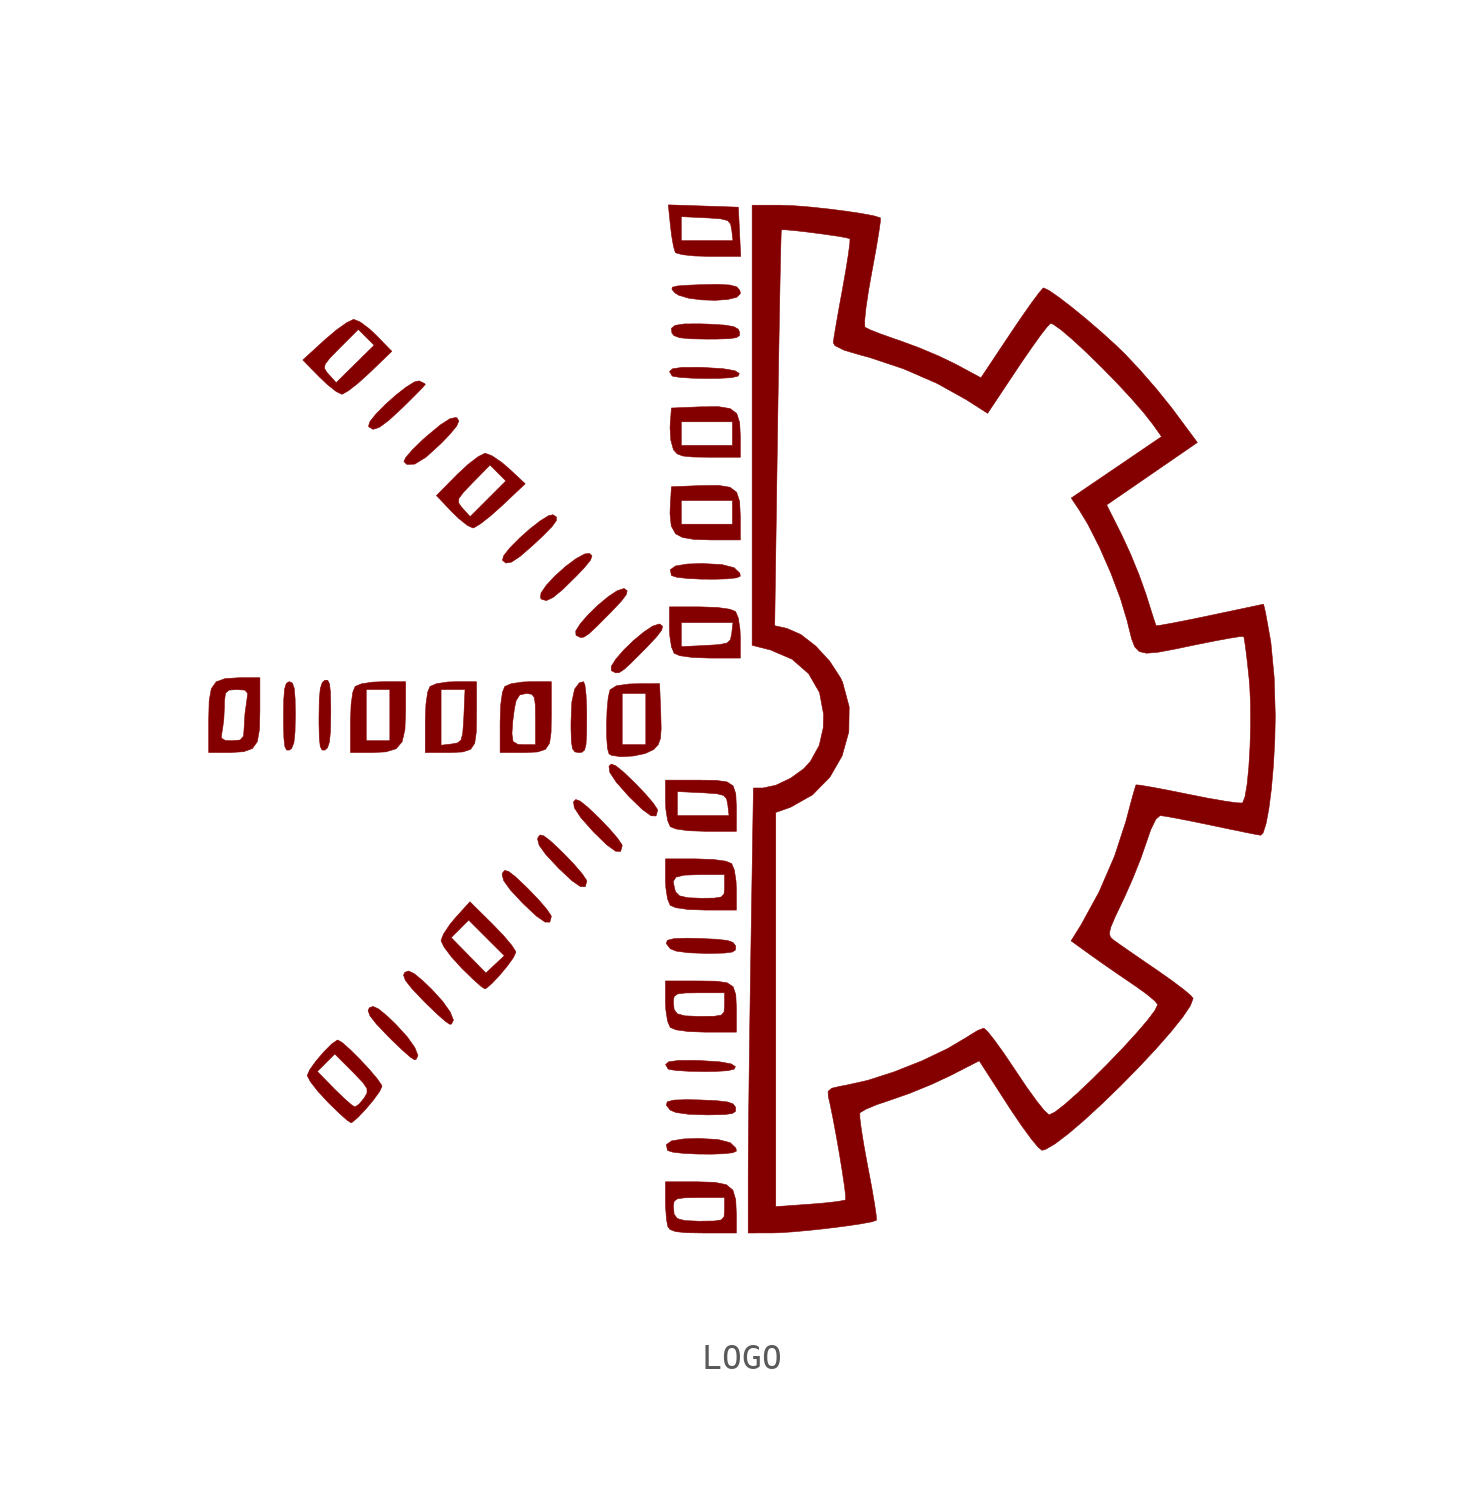
<source format=kicad_sym>
(kicad_symbol_lib
  (version 20210619)
  (generator bitmap2component)
  (symbol "LOGO"
    (pin_names
      (offset 1.016))
    (property "Reference" "#G"
      (at 0 19.377 0)
      (effects (font (size 1.27 1.27)) hide))
    (symbol "LOGO_0_0"
      (polyline (pts (xy -0.154 -19.458) (xy -0.179 -18.869) (xy -0.291 -18.492) (xy -0.545 -18.279) (xy -0.996 -18.186) (xy -1.699 -18.165) (xy -2.925 -18.165) (xy -2.925 -18.922) (xy -2.921 -19.14) (xy -2.617 -19.14) (xy -2.617 -19.101) (xy -2.586 -18.923) (xy -2.455 -18.827) (xy -2.155 -18.788) (xy -1.616 -18.781) (xy -0.616 -18.781) (xy -0.616 -19.242) (xy -0.616 -19.296) (xy -0.636 -19.532) (xy -0.743 -19.653) (xy -1.012 -19.698) (xy -1.514 -19.704) (xy -1.65 -19.704) (xy -2.171 -19.682) (xy -2.462 -19.603) (xy -2.589 -19.433) (xy -2.617 -19.14) (xy -2.921 -19.14) (xy -2.92 -19.166) (xy -2.887 -19.63) (xy -2.831 -19.922) (xy -2.746 -20.032) (xy -2.522 -20.113) (xy -2.108 -20.155) (xy -1.446 -20.166) (xy -0.154 -20.166) (xy -0.154 -19.458)) (stroke (width 0.01)) (fill (type outline)))
      (polyline (pts (xy 1.27 -20.163) (xy 1.478 -20.158) (xy 2.031 -20.123) (xy 2.7 -20.062) (xy 3.415 -19.984) (xy 4.105 -19.897) (xy 4.699 -19.81) (xy 5.128 -19.731) (xy 5.32 -19.67) (xy 5.324 -19.659) (xy 5.308 -19.441) (xy 5.241 -18.991) (xy 5.134 -18.367) (xy 4.994 -17.627) (xy 4.968 -17.492) (xy 4.833 -16.754) (xy 4.732 -16.131) (xy 4.675 -15.687) (xy 4.671 -15.481) (xy 4.686 -15.46) (xy 4.912 -15.325) (xy 5.341 -15.147) (xy 5.896 -14.959) (xy 6.63 -14.702) (xy 7.461 -14.362) (xy 8.199 -14.018) (xy 9.34 -13.434) (xy 10.468 -15.184) (xy 10.576 -15.351) (xy 10.996 -15.971) (xy 11.363 -16.474) (xy 11.64 -16.81) (xy 11.791 -16.933) (xy 11.924 -16.901) (xy 12.304 -16.68) (xy 12.826 -16.283) (xy 13.452 -15.748) (xy 14.144 -15.111) (xy 14.865 -14.411) (xy 15.578 -13.685) (xy 16.245 -12.972) (xy 16.828 -12.308) (xy 17.29 -11.732) (xy 17.593 -11.281) (xy 17.701 -10.993) (xy 17.61 -10.882) (xy 17.308 -10.63) (xy 16.847 -10.284) (xy 16.277 -9.883) (xy 15.792 -9.552) (xy 15.242 -9.173) (xy 14.817 -8.877) (xy 14.582 -8.709) (xy 14.468 -8.602) (xy 14.426 -8.455) (xy 14.48 -8.216) (xy 14.645 -7.823) (xy 14.934 -7.215) (xy 15.011 -7.055) (xy 15.345 -6.3) (xy 15.653 -5.53) (xy 15.876 -4.888) (xy 16.047 -4.394) (xy 16.245 -3.992) (xy 16.409 -3.849) (xy 16.629 -3.878) (xy 17.086 -3.96) (xy 17.71 -4.083) (xy 18.434 -4.232) (xy 18.436 -4.233) (xy 19.146 -4.382) (xy 19.742 -4.504) (xy 20.163 -4.587) (xy 20.346 -4.617) (xy 20.433 -4.531) (xy 20.549 -4.179) (xy 20.659 -3.597) (xy 20.758 -2.828) (xy 20.838 -1.917) (xy 20.894 -0.906) (xy 20.913 0.058) (xy 20.869 1.553) (xy 20.739 2.928) (xy 20.53 4.094) (xy 20.453 4.416) (xy 18.364 3.974) (xy 18.109 3.92) (xy 17.386 3.772) (xy 16.798 3.659) (xy 16.402 3.589) (xy 16.251 3.575) (xy 16.246 3.588) (xy 16.174 3.805) (xy 16.04 4.224) (xy 15.868 4.772) (xy 15.858 4.804) (xy 15.595 5.543) (xy 15.257 6.37) (xy 14.915 7.112) (xy 14.321 8.296) (xy 17.866 10.737) (xy 16.965 11.952) (xy 16.853 12.101) (xy 16.271 12.824) (xy 15.62 13.573) (xy 15.022 14.209) (xy 14.662 14.556) (xy 14.107 15.059) (xy 13.518 15.565) (xy 12.945 16.033) (xy 12.442 16.419) (xy 12.061 16.682) (xy 11.854 16.779) (xy 11.835 16.769) (xy 11.673 16.582) (xy 11.386 16.197) (xy 11.01 15.661) (xy 10.576 15.022) (xy 9.406 13.264) (xy 8.436 13.787) (xy 8.412 13.799) (xy 7.756 14.116) (xy 6.976 14.444) (xy 6.234 14.717) (xy 6.037 14.783) (xy 5.486 14.979) (xy 5.073 15.141) (xy 4.876 15.24) (xy 4.866 15.261) (xy 4.862 15.515) (xy 4.911 15.996) (xy 5.007 16.646) (xy 5.142 17.405) (xy 5.182 17.616) (xy 5.314 18.344) (xy 5.413 18.94) (xy 5.471 19.349) (xy 5.478 19.512) (xy 5.465 19.521) (xy 5.223 19.596) (xy 4.756 19.684) (xy 4.138 19.777) (xy 3.439 19.866) (xy 2.731 19.941) (xy 2.087 19.992) (xy 1.578 20.012) (xy 0.462 20.012) (xy 0.462 3.574) (xy 1.344 3.574) (xy 1.457 11.293) (xy 1.462 11.637) (xy 1.485 13.129) (xy 1.508 14.517) (xy 1.529 15.774) (xy 1.55 16.869) (xy 1.568 17.773) (xy 1.583 18.457) (xy 1.596 18.892) (xy 1.605 19.049) (xy 1.606 19.05) (xy 1.774 19.05) (xy 2.157 19.016) (xy 2.67 18.957) (xy 3.225 18.885) (xy 3.737 18.811) (xy 4.119 18.747) (xy 4.286 18.702) (xy 4.288 18.699) (xy 4.279 18.507) (xy 4.222 18.078) (xy 4.125 17.472) (xy 3.997 16.749) (xy 3.989 16.704) (xy 3.854 15.966) (xy 3.743 15.332) (xy 3.665 14.867) (xy 3.633 14.639) (xy 3.7 14.523) (xy 4.057 14.344) (xy 4.718 14.149) (xy 5.037 14.065) (xy 6.374 13.619) (xy 7.684 13.05) (xy 8.826 12.415) (xy 9.667 11.877) (xy 10.838 13.636) (xy 10.967 13.829) (xy 11.389 14.443) (xy 11.746 14.94) (xy 12.005 15.273) (xy 12.129 15.394) (xy 12.228 15.359) (xy 12.54 15.14) (xy 12.988 14.758) (xy 13.53 14.257) (xy 14.122 13.678) (xy 14.721 13.065) (xy 15.283 12.46) (xy 15.765 11.907) (xy 16.124 11.448) (xy 16.467 10.966) (xy 14.701 9.765) (xy 12.936 8.565) (xy 13.253 8.092) (xy 13.587 7.539) (xy 14.042 6.642) (xy 14.482 5.641) (xy 14.858 4.643) (xy 15.124 3.76) (xy 15.18 3.527) (xy 15.297 3.061) (xy 15.419 2.745) (xy 15.597 2.564) (xy 15.88 2.499) (xy 16.318 2.535) (xy 16.961 2.655) (xy 17.857 2.841) (xy 18.535 2.977) (xy 19.115 3.084) (xy 19.516 3.147) (xy 19.677 3.157) (xy 19.701 3.058) (xy 19.753 2.705) (xy 19.819 2.163) (xy 19.89 1.495) (xy 19.914 1.214) (xy 19.946 0.473) (xy 19.948 -0.345) (xy 19.924 -1.177) (xy 19.878 -1.958) (xy 19.812 -2.623) (xy 19.73 -3.11) (xy 19.636 -3.352) (xy 19.62 -3.358) (xy 19.382 -3.347) (xy 18.916 -3.28) (xy 18.279 -3.169) (xy 17.53 -3.021) (xy 17.339 -2.982) (xy 16.618 -2.838) (xy 16.028 -2.728) (xy 15.627 -2.661) (xy 15.47 -2.648) (xy 15.456 -2.682) (xy 15.376 -2.944) (xy 15.25 -3.405) (xy 15.095 -3.992) (xy 15.075 -4.07) (xy 14.628 -5.438) (xy 14.023 -6.837) (xy 13.328 -8.107) (xy 12.93 -8.747) (xy 13.662 -9.276) (xy 14.122 -9.603) (xy 14.749 -10.037) (xy 15.355 -10.45) (xy 15.437 -10.505) (xy 15.884 -10.827) (xy 16.198 -11.088) (xy 16.317 -11.235) (xy 16.317 -11.237) (xy 16.208 -11.466) (xy 15.914 -11.856) (xy 15.478 -12.364) (xy 14.944 -12.947) (xy 14.354 -13.559) (xy 13.752 -14.159) (xy 13.179 -14.701) (xy 12.681 -15.142) (xy 12.298 -15.439) (xy 12.075 -15.548) (xy 12.059 -15.543) (xy 11.882 -15.378) (xy 11.586 -15.009) (xy 11.207 -14.485) (xy 10.783 -13.854) (xy 10.7 -13.729) (xy 10.285 -13.115) (xy 9.925 -12.617) (xy 9.658 -12.283) (xy 9.52 -12.161) (xy 9.515 -12.161) (xy 9.282 -12.248) (xy 8.952 -12.449) (xy 8.903 -12.484) (xy 8.094 -12.962) (xy 7.097 -13.437) (xy 6.021 -13.864) (xy 4.976 -14.201) (xy 4.069 -14.403) (xy 3.929 -14.425) (xy 3.57 -14.509) (xy 3.431 -14.63) (xy 3.442 -14.836) (xy 3.504 -15.105) (xy 3.622 -15.681) (xy 3.748 -16.356) (xy 3.872 -17.062) (xy 3.982 -17.734) (xy 4.067 -18.304) (xy 4.116 -18.705) (xy 4.118 -18.87) (xy 4.08 -18.886) (xy 3.802 -18.936) (xy 3.321 -18.99) (xy 2.713 -19.041) (xy 1.385 -19.134) (xy 1.385 -3.725) (xy 1.872 -3.555) (xy 1.968 -3.52) (xy 2.819 -3.04) (xy 3.498 -2.351) (xy 3.98 -1.51) (xy 4.241 -0.574) (xy 4.255 0.402) (xy 3.999 1.359) (xy 3.915 1.537) (xy 3.493 2.187) (xy 2.951 2.776) (xy 2.366 3.229) (xy 1.816 3.47) (xy 1.344 3.574) (xy 0.462 3.574) (xy 0.462 2.808) (xy 1.141 2.636) (xy 1.18 2.626) (xy 2.023 2.264) (xy 2.674 1.694) (xy 3.097 0.959) (xy 3.257 0.101) (xy 3.241 -0.422) (xy 3.086 -1.105) (xy 2.738 -1.735) (xy 2.482 -2.015) (xy 1.965 -2.388) (xy 1.388 -2.663) (xy 0.878 -2.771) (xy 0.512 -2.771) (xy 0.41 -9.262) (xy 0.404 -9.639) (xy 0.382 -11.129) (xy 0.362 -12.598) (xy 0.344 -13.999) (xy 0.329 -15.283) (xy 0.318 -16.403) (xy 0.31 -17.311) (xy 0.308 -17.959) (xy 0.308 -20.166) (xy 1.27 -20.163)) (stroke (width 0.01)) (fill (type outline)))
      (polyline (pts (xy -0.655 -17.068) (xy -0.293 -17.028) (xy -0.154 -16.964) (xy -0.174 -16.848) (xy -0.396 -16.635) (xy -0.877 -16.511) (xy -1.638 -16.471) (xy -2.215 -16.489) (xy -2.687 -16.567) (xy -2.892 -16.712) (xy -2.848 -16.933) (xy -2.841 -16.941) (xy -2.635 -17.007) (xy -2.229 -17.053) (xy -1.708 -17.079) (xy -1.155 -17.085) (xy -0.655 -17.068)) (stroke (width 0.01)) (fill (type outline)))
      (polyline (pts (xy -15.172 -15.836) (xy -14.947 -15.648) (xy -14.646 -15.329) (xy -14.34 -14.964) (xy -14.104 -14.638) (xy -14.008 -14.436) (xy -14.025 -14.384) (xy -14.196 -14.136) (xy -14.5 -13.776) (xy -14.872 -13.376) (xy -15.246 -13.004) (xy -15.555 -12.73) (xy -15.733 -12.623) (xy -15.759 -12.628) (xy -15.977 -12.78) (xy -16.278 -13.081) (xy -16.588 -13.444) (xy -16.83 -13.78) (xy -16.862 -13.852) (xy -16.538 -13.852) (xy -16.196 -13.51) (xy -15.854 -13.168) (xy -15.161 -13.861) (xy -15.086 -13.936) (xy -14.748 -14.291) (xy -14.594 -14.52) (xy -14.592 -14.697) (xy -14.709 -14.896) (xy -14.9 -15.127) (xy -15.063 -15.24) (xy -15.197 -15.158) (xy -15.486 -14.907) (xy -15.857 -14.546) (xy -16.538 -13.852) (xy -16.862 -13.852) (xy -16.929 -14.004) (xy -16.928 -14.019) (xy -16.805 -14.253) (xy -16.521 -14.618) (xy -16.13 -15.043) (xy -16.07 -15.103) (xy -15.677 -15.485) (xy -15.375 -15.754) (xy -15.225 -15.856) (xy -15.172 -15.836)) (stroke (width 0.01)) (fill (type outline)))
      (polyline (pts (xy -1.149 -15.547) (xy -0.615 -15.535) (xy -0.315 -15.495) (xy -0.19 -15.414) (xy -0.183 -15.278) (xy -0.192 -15.241) (xy -0.284 -15.12) (xy -0.506 -15.043) (xy -0.919 -14.995) (xy -1.58 -14.965) (xy -2.076 -14.954) (xy -2.592 -14.97) (xy -2.854 -15.037) (xy -2.893 -15.164) (xy -2.74 -15.363) (xy -2.513 -15.456) (xy -2.025 -15.524) (xy -1.343 -15.548) (xy -1.149 -15.547)) (stroke (width 0.01)) (fill (type outline)))
      (polyline (pts (xy -1.003 -13.851) (xy -0.5 -13.822) (xy -0.243 -13.761) (xy -0.192 -13.662) (xy -0.36 -13.554) (xy -0.825 -13.473) (xy -1.59 -13.425) (xy -1.783 -13.42) (xy -2.428 -13.423) (xy -2.8 -13.475) (xy -2.922 -13.582) (xy -2.822 -13.752) (xy -2.788 -13.769) (xy -2.509 -13.813) (xy -2.028 -13.843) (xy -1.424 -13.854) (xy -1.003 -13.851)) (stroke (width 0.01)) (fill (type outline)))
      (polyline (pts (xy -12.676 -13.383) (xy -12.602 -13.228) (xy -12.724 -12.919) (xy -13.021 -12.498) (xy -13.469 -12.008) (xy -13.781 -11.708) (xy -14.131 -11.415) (xy -14.356 -11.309) (xy -14.501 -11.361) (xy -14.552 -11.47) (xy -14.479 -11.674) (xy -14.23 -11.993) (xy -13.776 -12.47) (xy -13.621 -12.626) (xy -13.211 -13.017) (xy -12.9 -13.29) (xy -12.743 -13.393) (xy -12.676 -13.383)) (stroke (width 0.01)) (fill (type outline)))
      (polyline (pts (xy -0.154 -11.558) (xy -0.154 -11.349) (xy -0.178 -10.848) (xy -0.281 -10.542) (xy -0.519 -10.383) (xy -0.951 -10.323) (xy -1.633 -10.314) (xy -2.925 -10.314) (xy -2.925 -11.13) (xy -2.925 -11.135) (xy -2.617 -11.135) (xy -2.617 -11.096) (xy -2.586 -10.918) (xy -2.455 -10.822) (xy -2.155 -10.783) (xy -1.616 -10.776) (xy -0.616 -10.776) (xy -0.616 -11.238) (xy -0.616 -11.292) (xy -0.636 -11.527) (xy -0.743 -11.648) (xy -1.012 -11.693) (xy -1.514 -11.699) (xy -1.65 -11.699) (xy -2.171 -11.677) (xy -2.462 -11.598) (xy -2.589 -11.429) (xy -2.617 -11.135) (xy -2.925 -11.135) (xy -2.912 -11.44) (xy -2.845 -11.88) (xy -2.74 -12.13) (xy -2.516 -12.223) (xy -2.031 -12.291) (xy -1.355 -12.315) (xy -0.154 -12.315) (xy -0.154 -11.558)) (stroke (width 0.01)) (fill (type outline)))
      (polyline (pts (xy -11.29 -11.997) (xy -11.216 -11.842) (xy -11.339 -11.533) (xy -11.635 -11.113) (xy -12.083 -10.623) (xy -12.395 -10.323) (xy -12.745 -10.03) (xy -12.97 -9.924) (xy -13.116 -9.976) (xy -13.166 -10.085) (xy -13.093 -10.289) (xy -12.844 -10.607) (xy -12.391 -11.085) (xy -12.236 -11.24) (xy -11.826 -11.632) (xy -11.514 -11.905) (xy -11.358 -12.007) (xy -11.29 -11.997)) (stroke (width 0.01)) (fill (type outline)))
      (polyline (pts (xy -9.938 -10.603) (xy -9.713 -10.414) (xy -9.411 -10.094) (xy -9.106 -9.727) (xy -8.87 -9.398) (xy -8.775 -9.193) (xy -8.784 -9.156) (xy -8.942 -8.913) (xy -9.256 -8.542) (xy -9.673 -8.107) (xy -10.571 -7.218) (xy -11.135 -7.843) (xy -11.35 -8.101) (xy -11.601 -8.475) (xy -11.656 -8.618) (xy -11.304 -8.618) (xy -10.62 -7.934) (xy -9.923 -8.631) (xy -9.226 -9.327) (xy -9.586 -9.665) (xy -9.945 -10.003) (xy -10.625 -9.31) (xy -11.304 -8.618) (xy -11.656 -8.618) (xy -11.699 -8.732) (xy -11.698 -8.748) (xy -11.574 -8.999) (xy -11.288 -9.378) (xy -10.896 -9.809) (xy -10.836 -9.869) (xy -10.443 -10.251) (xy -10.141 -10.52) (xy -9.991 -10.622) (xy -9.938 -10.603)) (stroke (width 0.01)) (fill (type outline)))
      (polyline (pts (xy -1.149 -9.236) (xy -0.615 -9.223) (xy -0.315 -9.183) (xy -0.19 -9.102) (xy -0.183 -8.967) (xy -0.192 -8.93) (xy -0.284 -8.809) (xy -0.506 -8.731) (xy -0.919 -8.684) (xy -1.58 -8.653) (xy -2.076 -8.642) (xy -2.592 -8.659) (xy -2.854 -8.726) (xy -2.893 -8.853) (xy -2.74 -9.052) (xy -2.513 -9.145) (xy -2.025 -9.212) (xy -1.343 -9.236) (xy -1.149 -9.236)) (stroke (width 0.01)) (fill (type outline)))
      (polyline (pts (xy -7.389 -7.798) (xy -7.399 -7.761) (xy -7.559 -7.521) (xy -7.874 -7.152) (xy -8.291 -6.717) (xy -8.368 -6.642) (xy -8.793 -6.239) (xy -9.061 -6.031) (xy -9.214 -5.993) (xy -9.298 -6.096) (xy -9.312 -6.152) (xy -9.248 -6.396) (xy -8.993 -6.751) (xy -8.523 -7.256) (xy -8.464 -7.315) (xy -7.966 -7.781) (xy -7.633 -8.011) (xy -7.447 -8.014) (xy -7.389 -7.798)) (stroke (width 0.01)) (fill (type outline)))
      (polyline (pts (xy -0.154 -6.727) (xy -0.167 -6.417) (xy -0.234 -5.977) (xy -0.339 -5.726) (xy -0.563 -5.634) (xy -1.048 -5.566) (xy -1.724 -5.542) (xy -2.925 -5.542) (xy -2.925 -6.358) (xy -2.922 -6.432) (xy -2.624 -6.432) (xy -2.519 -6.257) (xy -2.198 -6.177) (xy -1.616 -6.157) (xy -0.616 -6.157) (xy -0.616 -6.619) (xy -0.616 -6.681) (xy -0.637 -6.912) (xy -0.747 -7.031) (xy -1.017 -7.075) (xy -1.523 -7.081) (xy -2.055 -7.061) (xy -2.381 -6.985) (xy -2.524 -6.838) (xy -2.561 -6.737) (xy -2.624 -6.432) (xy -2.922 -6.432) (xy -2.912 -6.668) (xy -2.845 -7.107) (xy -2.74 -7.358) (xy -2.516 -7.451) (xy -2.031 -7.519) (xy -1.355 -7.543) (xy -0.154 -7.543) (xy -0.154 -6.727)) (stroke (width 0.01)) (fill (type outline)))
      (polyline (pts (xy -6.004 -6.413) (xy -6.013 -6.376) (xy -6.173 -6.136) (xy -6.488 -5.767) (xy -6.906 -5.332) (xy -6.982 -5.257) (xy -7.408 -4.853) (xy -7.675 -4.646) (xy -7.829 -4.607) (xy -7.912 -4.711) (xy -7.926 -4.767) (xy -7.862 -5.011) (xy -7.608 -5.365) (xy -7.138 -5.87) (xy -7.079 -5.93) (xy -6.581 -6.396) (xy -6.248 -6.626) (xy -6.062 -6.629) (xy -6.004 -6.413)) (stroke (width 0.01)) (fill (type outline)))
      (polyline (pts (xy -4.618 -5.028) (xy -4.628 -4.99) (xy -4.788 -4.75) (xy -5.103 -4.381) (xy -5.521 -3.946) (xy -5.955 -3.531) (xy -6.256 -3.286) (xy -6.431 -3.221) (xy -6.521 -3.309) (xy -6.487 -3.546) (xy -6.236 -3.928) (xy -5.752 -4.473) (xy -5.722 -4.504) (xy -5.218 -4.995) (xy -4.875 -5.241) (xy -4.68 -5.25) (xy -4.618 -5.028)) (stroke (width 0.01)) (fill (type outline)))
      (polyline (pts (xy -0.154 -3.707) (xy -0.154 -3.498) (xy -0.178 -2.997) (xy -0.281 -2.691) (xy -0.519 -2.532) (xy -0.951 -2.472) (xy -1.633 -2.463) (xy -2.925 -2.463) (xy -2.925 -2.91) (xy -2.463 -2.91) (xy -1.501 -2.956) (xy -1.409 -2.96) (xy -0.92 -2.995) (xy -0.654 -3.061) (xy -0.536 -3.193) (xy -0.49 -3.425) (xy -0.441 -3.849) (xy -2.463 -3.849) (xy -2.463 -2.91) (xy -2.925 -2.91) (xy -2.925 -3.279) (xy -2.912 -3.589) (xy -2.845 -4.029) (xy -2.74 -4.279) (xy -2.516 -4.372) (xy -2.031 -4.44) (xy -1.355 -4.464) (xy -0.154 -4.464) (xy -0.154 -3.707)) (stroke (width 0.01)) (fill (type outline)))
      (polyline (pts (xy -3.233 -3.642) (xy -3.243 -3.605) (xy -3.402 -3.365) (xy -3.717 -2.996) (xy -4.135 -2.561) (xy -4.569 -2.145) (xy -4.871 -1.901) (xy -5.046 -1.835) (xy -5.135 -1.923) (xy -5.101 -2.161) (xy -4.85 -2.542) (xy -4.367 -3.087) (xy -4.337 -3.119) (xy -3.832 -3.609) (xy -3.49 -3.856) (xy -3.295 -3.864) (xy -3.233 -3.642)) (stroke (width 0.01)) (fill (type outline)))
      (polyline (pts (xy -4.186 -1.519) (xy -3.723 -1.423) (xy -3.396 -1.27) (xy -3.369 -1.248) (xy -3.209 -1.072) (xy -3.123 -0.835) (xy -3.095 -0.453) (xy -3.11 0.154) (xy -3.156 1.308) (xy -4.049 1.304) (xy -4.344 1.296) (xy -4.844 1.225) (xy -5.086 1.073) (xy -5.099 1.049) (xy -5.127 0.924) (xy -4.618 0.924) (xy -3.695 0.924) (xy -3.695 -1.077) (xy -4.618 -1.077) (xy -4.618 0.924) (xy -5.127 0.924) (xy -5.165 0.756) (xy -5.209 0.285) (xy -5.229 -0.266) (xy -5.224 -0.801) (xy -5.192 -1.224) (xy -5.131 -1.437) (xy -5.029 -1.495) (xy -4.662 -1.547) (xy -4.186 -1.519)) (stroke (width 0.01)) (fill (type outline)))
      (polyline (pts (xy -19.954 -1.385) (xy -19.416 -1.351) (xy -19.073 -1.226) (xy -18.882 -0.956) (xy -18.799 -0.486) (xy -18.781 0.236) (xy -18.781 1.539) (xy -19.483 1.539) (xy -19.608 1.539) (xy -20.146 1.505) (xy -20.489 1.38) (xy -20.68 1.11) (xy -20.764 0.64) (xy -20.782 -0.082) (xy -20.782 -0.818) (xy -20.289 -0.818) (xy -20.263 -0.577) (xy -20.246 -0.504) (xy -20.191 -0.079) (xy -20.168 0.423) (xy -20.166 0.634) (xy -20.126 0.938) (xy -19.987 1.057) (xy -19.685 1.078) (xy -19.369 1.056) (xy -19.258 0.928) (xy -19.3 0.597) (xy -19.365 0.132) (xy -19.396 -0.404) (xy -19.419 -0.74) (xy -19.55 -0.894) (xy -19.876 -0.924) (xy -20.136 -0.911) (xy -20.289 -0.818) (xy -20.782 -0.818) (xy -20.782 -1.385) (xy -20.079 -1.385) (xy -19.954 -1.385)) (stroke (width 0.01)) (fill (type outline)))
      (polyline (pts (xy -17.537 -1.219) (xy -17.452 -0.997) (xy -17.408 -0.578) (xy -17.395 0.093) (xy -17.404 0.717) (xy -17.439 1.124) (xy -17.51 1.329) (xy -17.626 1.385) (xy -17.642 1.385) (xy -17.749 1.317) (xy -17.815 1.099) (xy -17.848 0.679) (xy -17.857 0.005) (xy -17.856 -0.245) (xy -17.843 -0.815) (xy -17.806 -1.146) (xy -17.737 -1.286) (xy -17.626 -1.287) (xy -17.537 -1.219)) (stroke (width 0.01)) (fill (type outline)))
      (polyline (pts (xy -16.139 -1.2) (xy -16.061 -0.962) (xy -16.021 -0.525) (xy -16.01 0.166) (xy -16.01 0.393) (xy -16.023 0.967) (xy -16.06 1.299) (xy -16.129 1.44) (xy -16.241 1.441) (xy -16.342 1.354) (xy -16.42 1.116) (xy -16.46 0.679) (xy -16.471 -0.012) (xy -16.471 -0.239) (xy -16.458 -0.813) (xy -16.422 -1.145) (xy -16.352 -1.286) (xy -16.241 -1.287) (xy -16.139 -1.2)) (stroke (width 0.01)) (fill (type outline)))
      (polyline (pts (xy -13.853 -1.358) (xy -13.454 -1.234) (xy -13.221 -0.96) (xy -13.112 -0.486) (xy -13.085 0.242) (xy -13.085 1.385) (xy -13.978 1.385) (xy -14.365 1.369) (xy -14.809 1.302) (xy -15.055 1.201) (xy -15.106 1.078) (xy -14.624 1.078) (xy -13.701 1.078) (xy -13.701 -0.924) (xy -14.624 -0.924) (xy -14.624 1.078) (xy -15.106 1.078) (xy -15.148 0.976) (xy -15.216 0.491) (xy -15.24 -0.185) (xy -15.24 -1.385) (xy -14.404 -1.385) (xy -13.853 -1.358)) (stroke (width 0.01)) (fill (type outline)))
      (polyline (pts (xy -11.349 -1.385) (xy -10.848 -1.361) (xy -10.542 -1.258) (xy -10.383 -1.02) (xy -10.323 -0.589) (xy -10.314 0.093) (xy -10.314 1.385) (xy -11.13 1.385) (xy -11.44 1.373) (xy -11.88 1.306) (xy -12.13 1.201) (xy -12.223 0.976) (xy -12.291 0.491) (xy -12.315 -0.185) (xy -12.315 -1.098) (xy -11.699 -1.098) (xy -11.699 1.078) (xy -10.762 1.078) (xy -10.807 0.038) (xy -10.818 -0.187) (xy -10.853 -0.647) (xy -10.92 -0.897) (xy -11.051 -1.007) (xy -11.276 -1.049) (xy -11.699 -1.098) (xy -12.315 -1.098) (xy -12.315 -1.385) (xy -11.558 -1.385) (xy -11.349 -1.385)) (stroke (width 0.01)) (fill (type outline)))
      (polyline (pts (xy -8.424 -1.385) (xy -7.923 -1.361) (xy -7.617 -1.258) (xy -7.458 -1.02) (xy -7.398 -0.589) (xy -7.389 0.093) (xy -7.389 1.385) (xy -8.205 1.385) (xy -8.515 1.373) (xy -8.955 1.306) (xy -9.206 1.201) (xy -9.298 0.976) (xy -9.366 0.491) (xy -9.39 -0.185) (xy -9.39 -0.654) (xy -8.927 -0.654) (xy -8.927 -0.627) (xy -8.896 -0.165) (xy -8.83 0.346) (xy -8.763 0.65) (xy -8.624 0.869) (xy -8.37 0.924) (xy -8.325 0.923) (xy -8.147 0.892) (xy -8.051 0.761) (xy -8.012 0.461) (xy -8.005 -0.077) (xy -8.005 -1.077) (xy -8.467 -1.077) (xy -8.693 -1.066) (xy -8.885 -0.955) (xy -8.927 -0.654) (xy -9.39 -0.654) (xy -9.39 -1.385) (xy -8.633 -1.385) (xy -8.424 -1.385)) (stroke (width 0.01)) (fill (type outline)))
      (polyline (pts (xy -6.19 -1.372) (xy -6.089 -1.286) (xy -6.033 -1.067) (xy -6.009 -0.658) (xy -6.004 0) (xy -6.007 0.309) (xy -6.03 0.861) (xy -6.073 1.243) (xy -6.127 1.385) (xy -6.291 1.343) (xy -6.479 1.092) (xy -6.586 0.591) (xy -6.619 -0.185) (xy -6.619 -0.463) (xy -6.604 -0.961) (xy -6.559 -1.238) (xy -6.466 -1.359) (xy -6.311 -1.385) (xy -6.19 -1.372)) (stroke (width 0.01)) (fill (type outline)))
      (polyline (pts (xy -4.731 1.742) (xy -4.539 1.87) (xy -4.239 2.148) (xy -3.777 2.611) (xy -3.688 2.702) (xy -3.285 3.127) (xy -3.078 3.396) (xy -3.038 3.55) (xy -3.14 3.633) (xy -3.172 3.64) (xy -3.422 3.56) (xy -3.776 3.326) (xy -4.174 2.995) (xy -4.557 2.623) (xy -4.868 2.266) (xy -5.048 1.979) (xy -5.039 1.819) (xy -5.012 1.802) (xy -4.871 1.731) (xy -4.731 1.742)) (stroke (width 0.01)) (fill (type outline)))
      (polyline (pts (xy 0 3.125) (xy -0.013 3.435) (xy -0.08 3.875) (xy -0.185 4.126) (xy -0.409 4.218) (xy -0.894 4.286) (xy -1.57 4.31) (xy -2.771 4.31) (xy -2.771 3.494) (xy -2.758 3.185) (xy -2.693 2.756) (xy -2.309 2.756) (xy -2.309 3.695) (xy -0.287 3.695) (xy -0.336 3.271) (xy -0.341 3.231) (xy -0.392 3.015) (xy -0.527 2.895) (xy -0.821 2.835) (xy -1.347 2.802) (xy -2.309 2.756) (xy -2.693 2.756) (xy -2.691 2.745) (xy -2.586 2.494) (xy -2.362 2.401) (xy -1.877 2.333) (xy -1.201 2.309) (xy 0 2.309) (xy 0 3.125)) (stroke (width 0.01)) (fill (type outline)))
      (polyline (pts (xy -6.117 3.128) (xy -5.925 3.255) (xy -5.625 3.534) (xy -5.163 3.997) (xy -5.073 4.088) (xy -4.67 4.513) (xy -4.463 4.781) (xy -4.424 4.935) (xy -4.526 5.019) (xy -4.558 5.025) (xy -4.808 4.945) (xy -5.161 4.712) (xy -5.559 4.381) (xy -5.943 4.009) (xy -6.254 3.651) (xy -6.434 3.365) (xy -6.424 3.204) (xy -6.397 3.187) (xy -6.256 3.116) (xy -6.117 3.128)) (stroke (width 0.01)) (fill (type outline)))
      (polyline (pts (xy -7.317 4.682) (xy -6.937 4.996) (xy -6.4 5.525) (xy -6.093 5.847) (xy -5.855 6.141) (xy -5.799 6.31) (xy -5.899 6.399) (xy -6.085 6.378) (xy -6.424 6.194) (xy -6.829 5.892) (xy -7.234 5.529) (xy -7.576 5.164) (xy -7.79 4.855) (xy -7.814 4.66) (xy -7.756 4.601) (xy -7.577 4.558) (xy -7.317 4.682)) (stroke (width 0.01)) (fill (type outline)))
      (polyline (pts (xy -0.501 5.407) (xy -0.139 5.447) (xy 0 5.511) (xy -0.02 5.627) (xy -0.242 5.841) (xy -0.724 5.964) (xy -1.484 6.004) (xy -2.061 5.986) (xy -2.533 5.909) (xy -2.738 5.763) (xy -2.694 5.542) (xy -2.687 5.534) (xy -2.482 5.468) (xy -2.075 5.422) (xy -1.554 5.396) (xy -1.001 5.391) (xy -0.501 5.407)) (stroke (width 0.01)) (fill (type outline)))
      (polyline (pts (xy -8.945 6.06) (xy -8.602 6.289) (xy -8.098 6.729) (xy -7.724 7.079) (xy -7.363 7.446) (xy -7.193 7.681) (xy -7.189 7.823) (xy -7.325 7.912) (xy -7.504 7.87) (xy -7.833 7.665) (xy -8.237 7.348) (xy -8.65 6.979) (xy -9.009 6.616) (xy -9.247 6.316) (xy -9.301 6.137) (xy -9.168 6.023) (xy -8.945 6.06)) (stroke (width 0.01)) (fill (type outline)))
      (polyline (pts (xy 0 7.832) (xy -0.000100 7.856) (xy -0.027 8.426) (xy -0.143 8.789) (xy -0.402 8.986) (xy -0.857 9.059) (xy -1.564 9.051) (xy -2.694 9.005) (xy -2.725 8.467) (xy -2.309 8.467) (xy -0.308 8.467) (xy -0.308 7.543) (xy -2.309 7.543) (xy -2.309 8.467) (xy -2.725 8.467) (xy -2.74 8.216) (xy -2.749 7.956) (xy -2.7 7.472) (xy -2.536 7.177) (xy -2.518 7.159) (xy -2.259 7.023) (xy -1.822 6.949) (xy -1.144 6.927) (xy 0 6.927) (xy 0 7.832)) (stroke (width 0.01)) (fill (type outline)))
      (polyline (pts (xy -10.416 7.403) (xy -10.161 7.556) (xy -9.774 7.859) (xy -9.323 8.261) (xy -8.409 9.123) (xy -9.048 9.718) (xy -9.327 9.957) (xy -9.704 10.214) (xy -9.967 10.314) (xy -9.988 10.312) (xy -10.249 10.182) (xy -10.633 9.888) (xy -11.064 9.488) (xy -11.88 8.661) (xy -11.616 8.384) (xy -11.019 8.384) (xy -11.003 8.55) (xy -10.827 8.785) (xy -10.463 9.165) (xy -9.786 9.854) (xy -9.166 9.234) (xy -9.864 8.536) (xy -10.562 7.838) (xy -10.851 8.156) (xy -10.904 8.216) (xy -11.019 8.384) (xy -11.616 8.384) (xy -11.275 8.025) (xy -11.007 7.764) (xy -10.671 7.496) (xy -10.453 7.395) (xy -10.416 7.403)) (stroke (width 0.01)) (fill (type outline)))
      (polyline (pts (xy -12.73 9.891) (xy -12.285 10.165) (xy -11.694 10.704) (xy -11.371 11.04) (xy -11.094 11.373) (xy -11.004 11.577) (xy -11.073 11.693) (xy -11.122 11.713) (xy -11.354 11.664) (xy -11.724 11.426) (xy -12.265 10.977) (xy -12.431 10.829) (xy -12.826 10.443) (xy -13.082 10.145) (xy -13.151 9.989) (xy -13.037 9.88) (xy -12.73 9.891)) (stroke (width 0.01)) (fill (type outline)))
      (polyline (pts (xy 0 10.988) (xy -0.025 11.514) (xy -0.141 11.868) (xy -0.4 12.062) (xy -0.856 12.137) (xy -1.564 12.13) (xy -2.694 12.084) (xy -2.733 11.546) (xy -2.309 11.546) (xy -0.308 11.546) (xy -0.308 10.622) (xy -2.309 10.622) (xy -2.309 11.546) (xy -2.733 11.546) (xy -2.741 11.436) (xy -2.747 11.308) (xy -2.717 10.826) (xy -2.62 10.474) (xy -2.599 10.435) (xy -2.467 10.291) (xy -2.242 10.207) (xy -1.852 10.169) (xy -1.226 10.16) (xy 0 10.16) (xy 0 10.988)) (stroke (width 0.01)) (fill (type outline)))
      (polyline (pts (xy -14.108 11.331) (xy -13.735 11.608) (xy -13.2 12.103) (xy -13.077 12.223) (xy -12.689 12.608) (xy -12.417 12.888) (xy -12.315 13.008) (xy -12.348 13.043) (xy -12.558 13.145) (xy -12.737 13.104) (xy -13.067 12.899) (xy -13.471 12.583) (xy -13.884 12.214) (xy -14.243 11.85) (xy -14.481 11.55) (xy -14.535 11.371) (xy -14.518 11.347) (xy -14.357 11.25) (xy -14.108 11.331)) (stroke (width 0.01)) (fill (type outline)))
      (polyline (pts (xy -15.552 12.628) (xy -15.309 12.768) (xy -14.934 13.064) (xy -14.495 13.461) (xy -13.624 14.3) (xy -14.232 14.924) (xy -14.499 15.175) (xy -14.857 15.444) (xy -15.105 15.548) (xy -15.129 15.545) (xy -15.391 15.418) (xy -15.786 15.137) (xy -16.237 14.755) (xy -17.105 13.961) (xy -16.787 13.637) (xy -16.26 13.637) (xy -16.228 13.804) (xy -16.037 14.046) (xy -15.656 14.435) (xy -14.934 15.157) (xy -14.625 14.847) (xy -14.315 14.537) (xy -15.799 13.075) (xy -16.088 13.395) (xy -16.16 13.475) (xy -16.26 13.637) (xy -16.787 13.637) (xy -16.448 13.292) (xy -16.134 12.995) (xy -15.794 12.726) (xy -15.579 12.623) (xy -15.552 12.628)) (stroke (width 0.01)) (fill (type outline)))
      (polyline (pts (xy -0.849 13.243) (xy -0.346 13.271) (xy -0.089 13.332) (xy -0.038 13.431) (xy -0.206 13.539) (xy -0.671 13.621) (xy -1.436 13.668) (xy -1.629 13.674) (xy -2.274 13.671) (xy -2.646 13.619) (xy -2.768 13.511) (xy -2.668 13.341) (xy -2.634 13.325) (xy -2.355 13.281) (xy -1.874 13.25) (xy -1.27 13.239) (xy -0.849 13.243)) (stroke (width 0.01)) (fill (type outline)))
      (polyline (pts (xy -0.956 14.779) (xy -0.443 14.794) (xy -0.154 14.836) (xy -0.035 14.916) (xy -0.029 15.048) (xy -0.081 15.165) (xy -0.258 15.266) (xy -0.616 15.326) (xy -1.219 15.363) (xy -1.603 15.375) (xy -2.197 15.37) (xy -2.547 15.315) (xy -2.693 15.2) (xy -2.675 15.015) (xy -2.595 14.914) (xy -2.37 14.832) (xy -1.95 14.79) (xy -1.281 14.778) (xy -0.956 14.779)) (stroke (width 0.01)) (fill (type outline)))
      (polyline (pts (xy -0.494 16.328) (xy -0.138 16.414) (xy 0 16.553) (xy -0.016 16.674) (xy -0.133 16.815) (xy -0.405 16.892) (xy -0.884 16.918) (xy -1.62 16.902) (xy -2.037 16.885) (xy -2.462 16.855) (xy -2.658 16.806) (xy -2.674 16.722) (xy -2.557 16.587) (xy -2.42 16.497) (xy -2.032 16.38) (xy -1.525 16.312) (xy -0.984 16.294) (xy -0.494 16.328)) (stroke (width 0.01)) (fill (type outline)))
      (polyline (pts (xy -0.031 18.973) (xy -0.077 19.935) (xy -1.446 19.98) (xy -2.815 20.025) (xy -2.768 19.565) (xy -2.309 19.565) (xy -1.347 19.519) (xy -1.255 19.515) (xy -0.766 19.48) (xy -0.5 19.414) (xy -0.382 19.282) (xy -0.336 19.05) (xy -0.287 18.627) (xy -2.309 18.627) (xy -2.309 19.565) (xy -2.768 19.565) (xy -2.728 19.176) (xy -2.686 18.83) (xy -2.612 18.401) (xy -2.542 18.169) (xy -2.52 18.149) (xy -2.264 18.079) (xy -1.802 18.029) (xy -1.215 18.011) (xy 0.015 18.011) (xy -0.031 18.973)) (stroke (width 0.01)) (fill (type outline))))))
</source>
